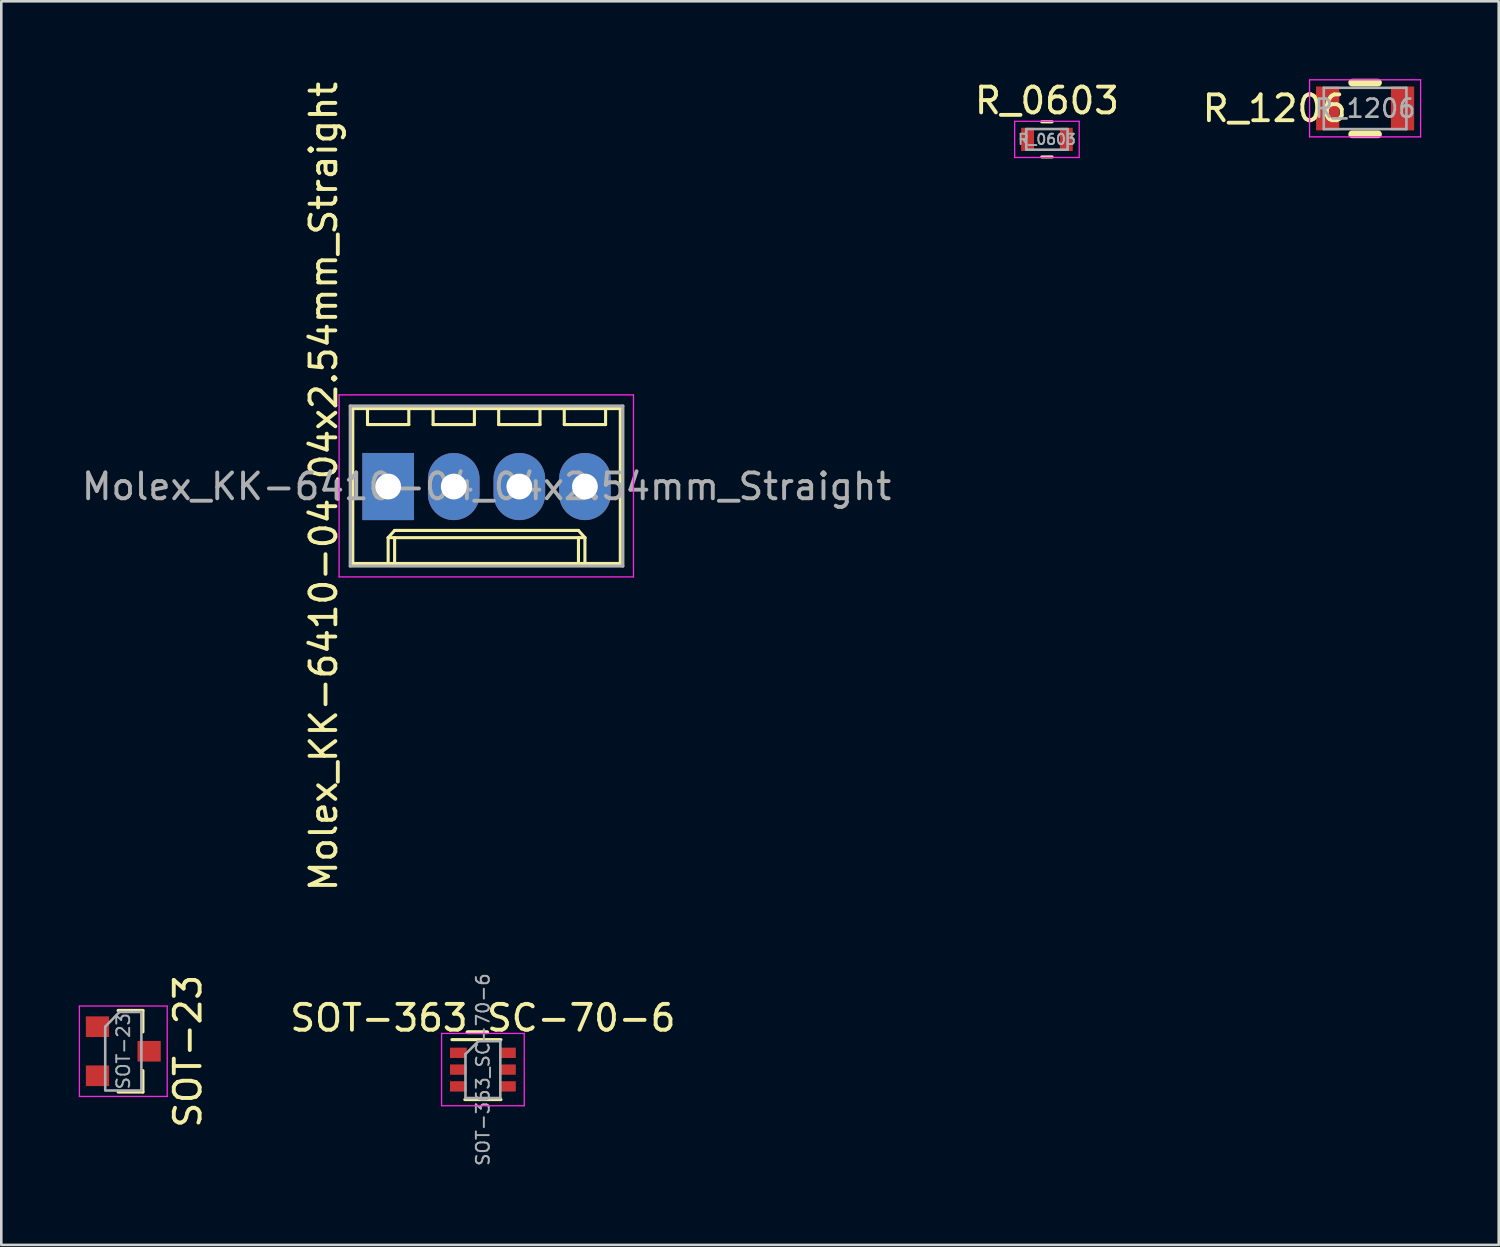
<source format=kicad_pcb>
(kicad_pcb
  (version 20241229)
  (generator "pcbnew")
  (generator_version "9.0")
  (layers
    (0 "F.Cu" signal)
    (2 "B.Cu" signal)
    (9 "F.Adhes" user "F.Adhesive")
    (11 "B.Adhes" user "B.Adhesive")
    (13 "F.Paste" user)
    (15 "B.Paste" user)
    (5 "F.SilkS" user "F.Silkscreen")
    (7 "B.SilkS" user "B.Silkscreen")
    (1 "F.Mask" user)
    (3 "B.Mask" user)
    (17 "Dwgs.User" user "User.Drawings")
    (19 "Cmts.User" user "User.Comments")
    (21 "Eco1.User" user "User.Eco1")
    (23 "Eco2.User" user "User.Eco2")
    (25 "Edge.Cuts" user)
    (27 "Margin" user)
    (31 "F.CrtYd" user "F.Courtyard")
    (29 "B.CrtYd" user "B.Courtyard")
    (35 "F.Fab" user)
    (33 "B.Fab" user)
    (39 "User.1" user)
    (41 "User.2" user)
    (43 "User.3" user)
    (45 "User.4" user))
  (footprint "SOT-23"
    (layer "F.Cu")
    (at 1.725 37.661)
    (property "Reference" "SOT-23" (at 2.5 0 270) (layer "F.SilkS") (effects (font (size 1 1) (thickness 0.15))))
    (attr smd)
    (fp_line (start 0.76 -1.58) (end -0.2 -1.58) (stroke (width 0.12) (type solid)) (layer "F.SilkS"))
    (fp_line (start 0.76 -1.58) (end 0.76 -0.75) (stroke (width 0.12) (type solid)) (layer "F.SilkS"))
    (fp_line (start 0.76 1.58) (end -0.2 1.58) (stroke (width 0.12) (type solid)) (layer "F.SilkS"))
    (fp_line (start 0.76 1.58) (end 0.76 0.75) (stroke (width 0.12) (type solid)) (layer "F.SilkS"))
    (fp_line (start -1.7 -1.75) (end 1.7 -1.75) (stroke (width 0.05) (type solid)) (layer "F.CrtYd"))
    (fp_line (start -1.7 1.75) (end -1.7 -1.75) (stroke (width 0.05) (type solid)) (layer "F.CrtYd"))
    (fp_line (start 1.7 -1.75) (end 1.7 1.75) (stroke (width 0.05) (type solid)) (layer "F.CrtYd"))
    (fp_line (start 1.7 1.75) (end -1.7 1.75) (stroke (width 0.05) (type solid)) (layer "F.CrtYd"))
    (fp_line (start -0.7 -0.95) (end -0.7 1.5) (stroke (width 0.1) (type solid)) (layer "F.Fab"))
    (fp_line (start -0.7 -0.95) (end -0.15 -1.52) (stroke (width 0.1) (type solid)) (layer "F.Fab"))
    (fp_line (start -0.7 1.52) (end 0.7 1.52) (stroke (width 0.1) (type solid)) (layer "F.Fab"))
    (fp_line (start -0.15 -1.52) (end 0.7 -1.52) (stroke (width 0.1) (type solid)) (layer "F.Fab"))
    (fp_line (start 0.7 -1.52) (end 0.7 1.52) (stroke (width 0.1) (type solid)) (layer "F.Fab"))
    (fp_text user "${REFERENCE}" (at 0 0 90) (layer "F.Fab") (effects (font (size 0.5 0.5) (thickness 0.075))))
    (pad "1" smd rect (at -1 -0.95) (size 0.9 0.8) (layers "F.Cu" "F.Mask" "F.Paste"))
    (pad "2" smd rect (at -1 0.95) (size 0.9 0.8) (layers "F.Cu" "F.Mask" "F.Paste"))
    (pad "3" smd rect (at 1 0) (size 0.9 0.8) (layers "F.Cu" "F.Mask" "F.Paste")))
  (footprint "R_1206"
    (layer "F.Cu")
    (at 49.815 1.15)
    (property "Reference" "R_1206" (at -3.5 0 0) (layer "F.SilkS") (effects (font (size 1 1) (thickness 0.15))))
    (attr smd)
    (fp_line (start -0.5 -1) (end 0.5 -1) (stroke (width 0.3) (type solid)) (layer "F.SilkS"))
    (fp_line (start -0.5 1) (end 0.5 1) (stroke (width 0.3) (type solid)) (layer "F.SilkS"))
    (fp_line (start -2.15 -1.11) (end -2.15 1.1) (stroke (width 0.05) (type solid)) (layer "F.CrtYd"))
    (fp_line (start -2.15 -1.11) (end 2.15 -1.11) (stroke (width 0.05) (type solid)) (layer "F.CrtYd"))
    (fp_line (start 2.15 1.1) (end -2.15 1.1) (stroke (width 0.05) (type solid)) (layer "F.CrtYd"))
    (fp_line (start 2.15 1.1) (end 2.15 -1.11) (stroke (width 0.05) (type solid)) (layer "F.CrtYd"))
    (fp_line (start -1.6 -0.8) (end 1.6 -0.8) (stroke (width 0.1) (type solid)) (layer "F.Fab"))
    (fp_line (start -1.6 0.8) (end -1.6 -0.8) (stroke (width 0.1) (type solid)) (layer "F.Fab"))
    (fp_line (start 1.6 -0.8) (end 1.6 0.8) (stroke (width 0.1) (type solid)) (layer "F.Fab"))
    (fp_line (start 1.6 0.8) (end -1.6 0.8) (stroke (width 0.1) (type solid)) (layer "F.Fab"))
    (fp_text user "${REFERENCE}" (at 0 0 0) (layer "F.Fab") (effects (font (size 0.7 0.7) (thickness 0.105))))
    (pad "1" smd rect (at -1.45 0) (size 0.9 1.7) (layers "F.Cu" "F.Mask" "F.Paste"))
    (pad "2" smd rect (at 1.45 0) (size 0.9 1.7) (layers "F.Cu" "F.Mask" "F.Paste")))
  (footprint "R_0603"
    (layer "F.Cu")
    (at 37.494 2.348)
    (property "Reference" "R_0603" (at 0 -1.5 0) (layer "F.SilkS") (effects (font (size 1 1) (thickness 0.15))))
    (attr smd)
    (fp_line (start -0.2 -0.68) (end 0.2 -0.68) (stroke (width 0.12) (type solid)) (layer "F.SilkS"))
    (fp_line (start 0.2 0.68) (end -0.2 0.68) (stroke (width 0.12) (type solid)) (layer "F.SilkS"))
    (fp_line (start -1.25 -0.7) (end -1.25 0.7) (stroke (width 0.05) (type solid)) (layer "F.CrtYd"))
    (fp_line (start -1.25 -0.7) (end 1.25 -0.7) (stroke (width 0.05) (type solid)) (layer "F.CrtYd"))
    (fp_line (start 1.25 0.7) (end -1.25 0.7) (stroke (width 0.05) (type solid)) (layer "F.CrtYd"))
    (fp_line (start 1.25 0.7) (end 1.25 -0.7) (stroke (width 0.05) (type solid)) (layer "F.CrtYd"))
    (fp_line (start -0.8 -0.4) (end 0.8 -0.4) (stroke (width 0.1) (type solid)) (layer "F.Fab"))
    (fp_line (start -0.8 0.4) (end -0.8 -0.4) (stroke (width 0.1) (type solid)) (layer "F.Fab"))
    (fp_line (start 0.8 -0.4) (end 0.8 0.4) (stroke (width 0.1) (type solid)) (layer "F.Fab"))
    (fp_line (start 0.8 0.4) (end -0.8 0.4) (stroke (width 0.1) (type solid)) (layer "F.Fab"))
    (fp_text user "${REFERENCE}" (at 0 0 0) (layer "F.Fab") (effects (font (size 0.4 0.4) (thickness 0.075))))
    (pad "1" smd rect (at -0.75 0) (size 0.5 0.9) (layers "F.Cu" "F.Mask" "F.Paste"))
    (pad "2" smd rect (at 0.75 0) (size 0.5 0.9) (layers "F.Cu" "F.Mask" "F.Paste")))
  (footprint "SOT-363_SC-70-6"
    (layer "F.Cu")
    (at 15.651 38.372)
    (property "Reference" "SOT-363_SC-70-6" (at 0 -2 0) (layer "F.SilkS") (effects (font (size 1 1) (thickness 0.15))))
    (attr smd)
    (fp_line (start -0.7 1.16) (end 0.7 1.16) (stroke (width 0.12) (type solid)) (layer "F.SilkS"))
    (fp_line (start 0.7 -1.16) (end -1.2 -1.16) (stroke (width 0.12) (type solid)) (layer "F.SilkS"))
    (fp_line (start -1.6 -1.4) (end -1.6 1.4) (stroke (width 0.05) (type solid)) (layer "F.CrtYd"))
    (fp_line (start -1.6 -1.4) (end 1.6 -1.4) (stroke (width 0.05) (type solid)) (layer "F.CrtYd"))
    (fp_line (start -1.6 1.4) (end 1.6 1.4) (stroke (width 0.05) (type solid)) (layer "F.CrtYd"))
    (fp_line (start 1.6 1.4) (end 1.6 -1.4) (stroke (width 0.05) (type solid)) (layer "F.CrtYd"))
    (fp_line (start -0.675 -0.6) (end -0.675 1.1) (stroke (width 0.1) (type solid)) (layer "F.Fab"))
    (fp_line (start -0.175 -1.1) (end -0.675 -0.6) (stroke (width 0.1) (type solid)) (layer "F.Fab"))
    (fp_line (start 0.675 -1.1) (end -0.175 -1.1) (stroke (width 0.1) (type solid)) (layer "F.Fab"))
    (fp_line (start 0.675 -1.1) (end 0.675 1.1) (stroke (width 0.1) (type solid)) (layer "F.Fab"))
    (fp_line (start 0.675 1.1) (end -0.675 1.1) (stroke (width 0.1) (type solid)) (layer "F.Fab"))
    (fp_text user "${REFERENCE}" (at 0 0 90) (layer "F.Fab") (effects (font (size 0.5 0.5) (thickness 0.075))))
    (pad "1" smd rect (at -0.95 -0.65) (size 0.65 0.4) (layers "F.Cu" "F.Mask" "F.Paste"))
    (pad "2" smd rect (at -0.95 0) (size 0.65 0.4) (layers "F.Cu" "F.Mask" "F.Paste"))
    (pad "3" smd rect (at -0.95 0.65) (size 0.65 0.4) (layers "F.Cu" "F.Mask" "F.Paste"))
    (pad "4" smd rect (at 0.95 0.65) (size 0.65 0.4) (layers "F.Cu" "F.Mask" "F.Paste"))
    (pad "5" smd rect (at 0.95 0) (size 0.65 0.4) (layers "F.Cu" "F.Mask" "F.Paste"))
    (pad "6" smd rect (at 0.95 -0.65) (size 0.65 0.4) (layers "F.Cu" "F.Mask" "F.Paste")))
  (footprint "Molex_KK-6410-04_04x2.54mm_Straight"
    (layer "F.Cu")
    (at 11.982 15.792)
    (property "Reference" "Molex_KK-6410-04_04x2.54mm_Straight" (at -2.5 0 270) (layer "F.SilkS") (effects (font (size 1 1) (thickness 0.15))))
    (attr through_hole)
    (fp_line (start -1.37 -3.02) (end -1.37 2.98) (stroke (width 0.12) (type solid)) (layer "F.SilkS"))
    (fp_line (start -1.37 2.98) (end 8.99 2.98) (stroke (width 0.12) (type solid)) (layer "F.SilkS"))
    (fp_line (start -0.8 -3.02) (end -0.8 -2.4) (stroke (width 0.12) (type solid)) (layer "F.SilkS"))
    (fp_line (start -0.8 -2.4) (end 0.8 -2.4) (stroke (width 0.12) (type solid)) (layer "F.SilkS"))
    (fp_line (start 0 1.98) (end 0.25 1.7) (stroke (width 0.12) (type solid)) (layer "F.SilkS"))
    (fp_line (start 0 1.98) (end 7.62 1.98) (stroke (width 0.12) (type solid)) (layer "F.SilkS"))
    (fp_line (start 0 2.98) (end 0 1.98) (stroke (width 0.12) (type solid)) (layer "F.SilkS"))
    (fp_line (start 0.25 1.7) (end 7.37 1.7) (stroke (width 0.12) (type solid)) (layer "F.SilkS"))
    (fp_line (start 0.25 2.98) (end 0.25 1.98) (stroke (width 0.12) (type solid)) (layer "F.SilkS"))
    (fp_line (start 0.8 -2.4) (end 0.8 -3.02) (stroke (width 0.12) (type solid)) (layer "F.SilkS"))
    (fp_line (start 1.74 -3.02) (end 1.74 -2.4) (stroke (width 0.12) (type solid)) (layer "F.SilkS"))
    (fp_line (start 1.74 -2.4) (end 3.34 -2.4) (stroke (width 0.12) (type solid)) (layer "F.SilkS"))
    (fp_line (start 3.34 -2.4) (end 3.34 -3.02) (stroke (width 0.12) (type solid)) (layer "F.SilkS"))
    (fp_line (start 4.28 -3.02) (end 4.28 -2.4) (stroke (width 0.12) (type solid)) (layer "F.SilkS"))
    (fp_line (start 4.28 -2.4) (end 5.88 -2.4) (stroke (width 0.12) (type solid)) (layer "F.SilkS"))
    (fp_line (start 5.88 -2.4) (end 5.88 -3.02) (stroke (width 0.12) (type solid)) (layer "F.SilkS"))
    (fp_line (start 6.82 -3.02) (end 6.82 -2.4) (stroke (width 0.12) (type solid)) (layer "F.SilkS"))
    (fp_line (start 6.82 -2.4) (end 8.42 -2.4) (stroke (width 0.12) (type solid)) (layer "F.SilkS"))
    (fp_line (start 7.37 1.7) (end 7.62 1.98) (stroke (width 0.12) (type solid)) (layer "F.SilkS"))
    (fp_line (start 7.37 2.98) (end 7.37 1.98) (stroke (width 0.12) (type solid)) (layer "F.SilkS"))
    (fp_line (start 7.62 1.98) (end 7.62 2.98) (stroke (width 0.12) (type solid)) (layer "F.SilkS"))
    (fp_line (start 8.42 -2.4) (end 8.42 -3.02) (stroke (width 0.12) (type solid)) (layer "F.SilkS"))
    (fp_line (start 8.99 -3.02) (end -1.37 -3.02) (stroke (width 0.12) (type solid)) (layer "F.SilkS"))
    (fp_line (start 8.99 2.98) (end 8.99 -3.02) (stroke (width 0.12) (type solid)) (layer "F.SilkS"))
    (fp_line (start -1.9 -3.55) (end 9.5 -3.55) (stroke (width 0.05) (type solid)) (layer "F.CrtYd"))
    (fp_line (start -1.9 3.5) (end -1.9 -3.55) (stroke (width 0.05) (type solid)) (layer "F.CrtYd"))
    (fp_line (start 9.5 -3.55) (end 9.5 3.5) (stroke (width 0.05) (type solid)) (layer "F.CrtYd"))
    (fp_line (start 9.5 3.5) (end -1.9 3.5) (stroke (width 0.05) (type solid)) (layer "F.CrtYd"))
    (fp_line (start -1.47 -3.12) (end -1.47 3.08) (stroke (width 0.12) (type solid)) (layer "F.Fab"))
    (fp_line (start -1.47 3.08) (end 9.09 3.08) (stroke (width 0.12) (type solid)) (layer "F.Fab"))
    (fp_line (start 9.09 -3.12) (end -1.47 -3.12) (stroke (width 0.12) (type solid)) (layer "F.Fab"))
    (fp_line (start 9.09 3.08) (end 9.09 -3.12) (stroke (width 0.12) (type solid)) (layer "F.Fab"))
    (fp_text user "${REFERENCE}" (at 3.81 0 0) (layer "F.Fab") (effects (font (size 1 1) (thickness 0.15))))
    (pad "1" thru_hole rect (at 0 0) (size 2 2.6) (drill 1) (layers "*.Cu" "*.Mask"))
    (pad "2" thru_hole oval (at 2.54 0) (size 2 2.6) (drill 1) (layers "*.Cu" "*.Mask"))
    (pad "3" thru_hole oval (at 5.08 0) (size 2 2.6) (drill 1) (layers "*.Cu" "*.Mask"))
    (pad "4" thru_hole oval (at 7.62 0) (size 2 2.6) (drill 1) (layers "*.Cu" "*.Mask")))
  (gr_rect
    (start -3 -3)
    (end 54.99 45.161)
    (stroke (width 0.1) (type default))
    (fill no)
    (layer "Edge.Cuts")))
</source>
